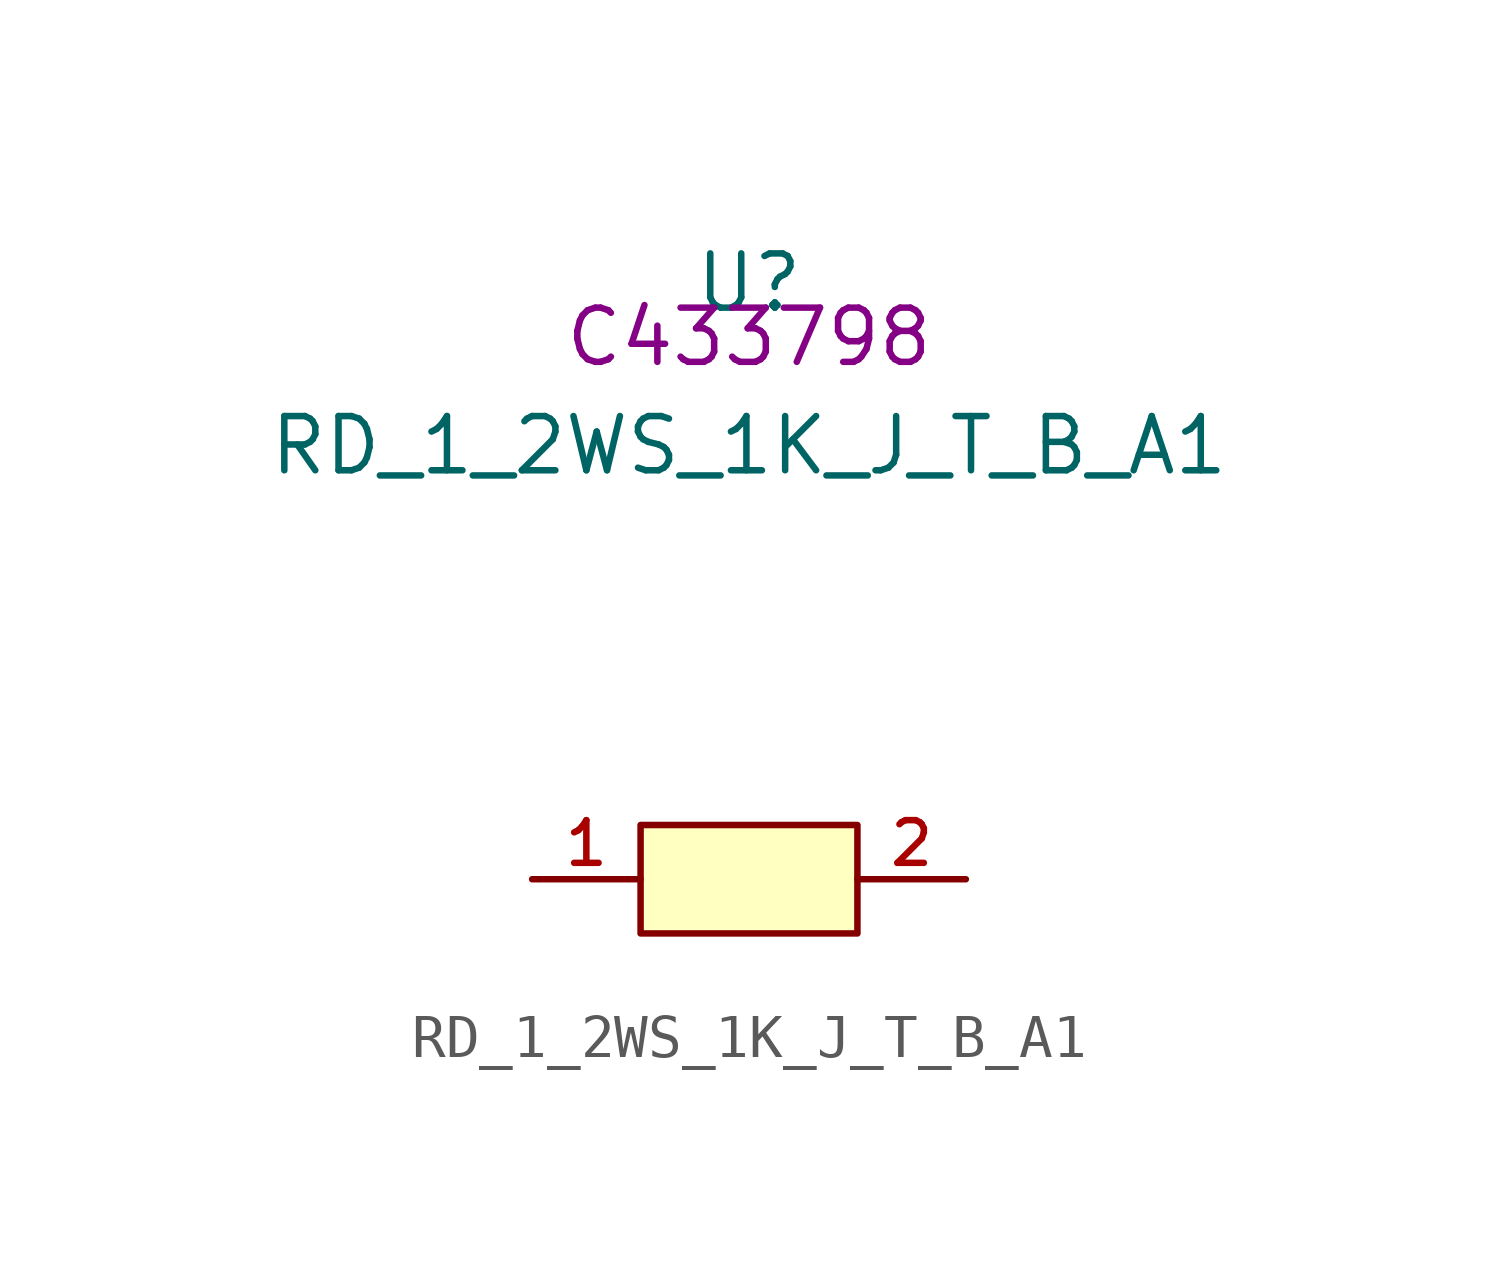
<source format=kicad_sym>
(kicad_symbol_lib
  (version 20210201)
  (generator TousstNicolas/JLC2KiCad_lib)
  (symbol "RD_1_2WS_1K_J_T_B_A1"
    (pin_names hide)
    (property "Reference" "U"
      (at 0 1.27 0)
      (effects (font (size 1.27 1.27))))
    (property "Value" "RD_1_2WS_1K_J_T_B_A1"
      (at 0 -2.54 0)
      (effects (font (size 1.27 1.27))))
    (property "LCSC" "C433798"
      (at 0 0 0)
      (effects (font (size 1.27 1.27))))
    (symbol "RD_1_2WS_1K_J_T_B_A1_0_0"
      (pin unspecified line (at -5.08 -12.7 0) (length 2.54) (name "1" (effects (font (size 1 1)))) (number "1" (effects (font (size 1 1)))))
      (pin unspecified line (at 5.08 -12.7 180) (length 2.54) (name "2" (effects (font (size 1 1)))) (number "2" (effects (font (size 1 1)))))
      (rectangle (start -2.54 -11.43) (end 2.54 -13.97) (stroke (width 0) (type default) (color 0 0 0 0)) (fill (type background))))))
</source>
